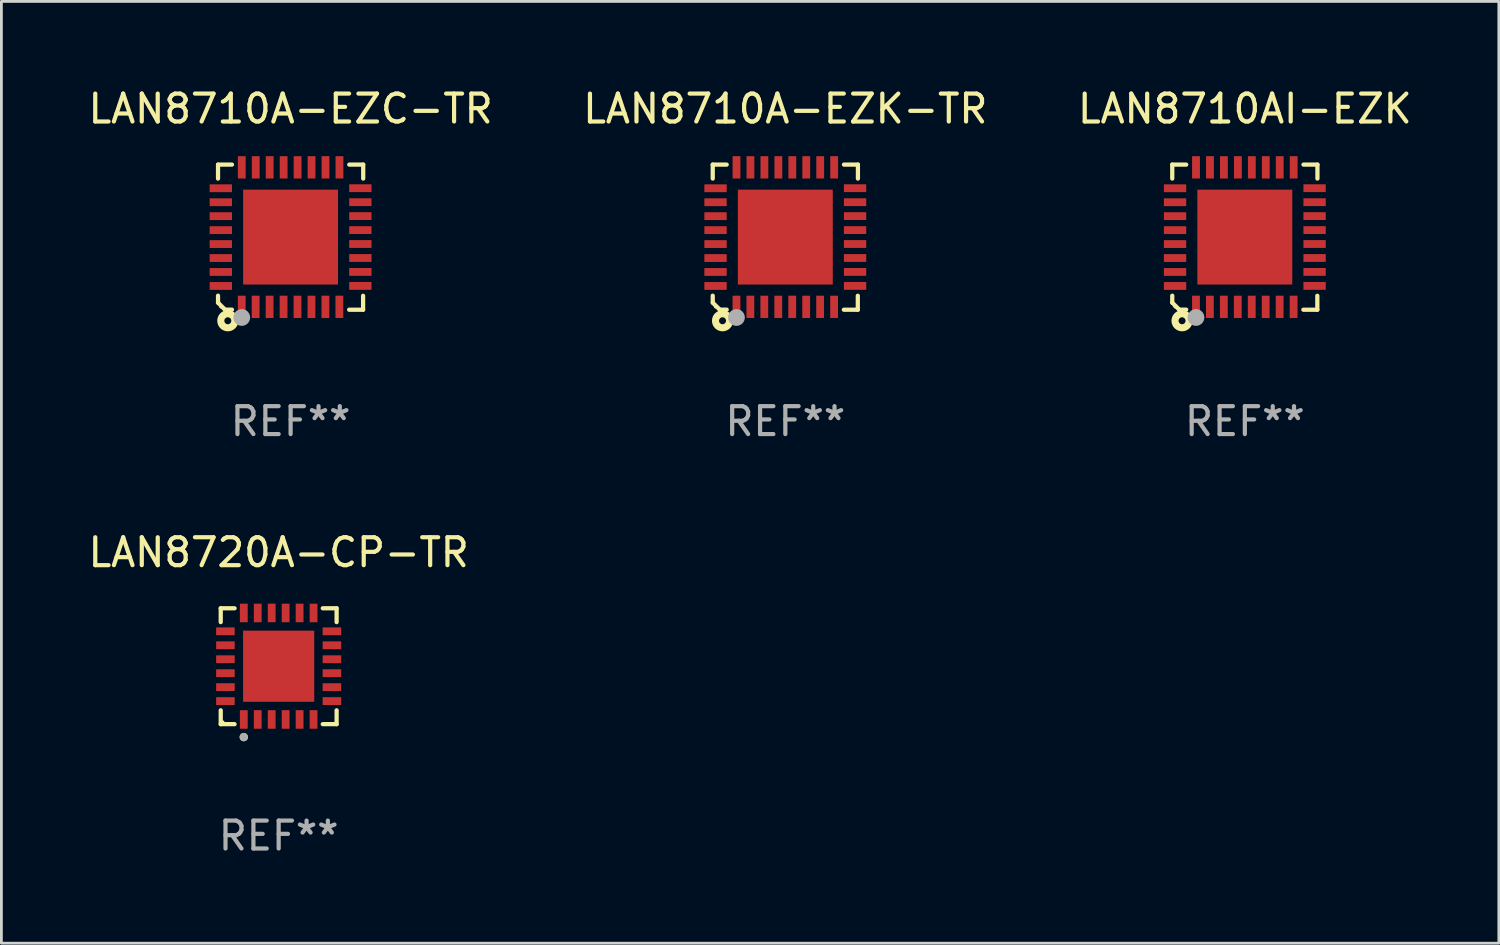
<source format=kicad_pcb>
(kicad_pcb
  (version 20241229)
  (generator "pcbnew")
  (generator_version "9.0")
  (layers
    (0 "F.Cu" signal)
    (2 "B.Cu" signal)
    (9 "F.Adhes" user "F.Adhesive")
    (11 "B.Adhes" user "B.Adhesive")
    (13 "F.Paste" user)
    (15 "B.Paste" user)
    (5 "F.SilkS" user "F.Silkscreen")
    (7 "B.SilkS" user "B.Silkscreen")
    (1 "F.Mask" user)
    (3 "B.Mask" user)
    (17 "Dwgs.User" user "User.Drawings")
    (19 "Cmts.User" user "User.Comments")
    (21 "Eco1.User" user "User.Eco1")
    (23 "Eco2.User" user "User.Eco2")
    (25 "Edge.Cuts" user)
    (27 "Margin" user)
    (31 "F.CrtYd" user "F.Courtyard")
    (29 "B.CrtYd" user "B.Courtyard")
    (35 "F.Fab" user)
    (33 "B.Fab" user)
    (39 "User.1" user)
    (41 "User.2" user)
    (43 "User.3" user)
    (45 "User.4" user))
  (footprint "LAN8710A-EZC-TR"
    (layer "F.Cu")
    (at 7.363 5.448)
    (property "Reference" "LAN8710A-EZC-TR" (at 0 -4.6 0) (layer "F.SilkS") (effects (font (size 1 1) (thickness 0.15))))
    (attr through_hole)
    (fp_line (start -2.601 2.097) (end -2.601 2.347) (stroke (width 0.152) (type solid)) (layer "F.SilkS"))
    (fp_line (start -2.601 2.347) (end -2.351 2.597) (stroke (width 0.152) (type solid)) (layer "F.SilkS"))
    (fp_line (start -2.601 -2.6) (end -2.601 -2.1) (stroke (width 0.152) (type solid)) (layer "F.SilkS"))
    (fp_line (start -2.601 -2.6) (end -2.101 -2.6) (stroke (width 0.152) (type solid)) (layer "F.SilkS"))
    (fp_line (start -2.351 2.597) (end -2.101 2.597) (stroke (width 0.152) (type solid)) (layer "F.SilkS"))
    (fp_line (start 2.597 2.6) (end 2.097 2.6) (stroke (width 0.152) (type solid)) (layer "F.SilkS"))
    (fp_line (start 2.597 2.6) (end 2.597 2.1) (stroke (width 0.152) (type solid)) (layer "F.SilkS"))
    (fp_line (start 2.601 -2.6) (end 2.101 -2.6) (stroke (width 0.152) (type solid)) (layer "F.SilkS"))
    (fp_line (start 2.601 -2.6) (end 2.601 -2.1) (stroke (width 0.152) (type solid)) (layer "F.SilkS"))
    (fp_circle (center -2.501 2.497) (end -2.471 2.497) (stroke (width 0.06) (type solid)) (fill no) (layer "F.SilkS"))
    (fp_circle (center -2.25 2.995) (end -2.125 2.995) (stroke (width 0.254) (type solid)) (fill no) (layer "F.SilkS"))
    (fp_circle (center -1.751 2.878) (end -1.601 2.878) (stroke (width 0.3) (type solid)) (fill no) (layer "F.Fab"))
    (fp_text user "REF**" (at 0 6.6 0) (layer "F.Fab") (effects (font (size 1 1) (thickness 0.15))))
    (pad "1" smd rect (at -1.751 2.497) (size 0.28 0.8) (layers "F.Cu" "F.Mask" "F.Paste"))
    (pad "2" smd rect (at -1.253 2.497) (size 0.28 0.8) (layers "F.Cu" "F.Mask" "F.Paste"))
    (pad "3" smd rect (at -0.753 2.497) (size 0.28 0.8) (layers "F.Cu" "F.Mask" "F.Paste"))
    (pad "4" smd rect (at -0.253 2.497) (size 0.28 0.8) (layers "F.Cu" "F.Mask" "F.Paste"))
    (pad "5" smd rect (at 0.247 2.497) (size 0.28 0.8) (layers "F.Cu" "F.Mask" "F.Paste"))
    (pad "6" smd rect (at 0.747 2.497) (size 0.28 0.8) (layers "F.Cu" "F.Mask" "F.Paste"))
    (pad "7" smd rect (at 1.247 2.497) (size 0.28 0.8) (layers "F.Cu" "F.Mask" "F.Paste"))
    (pad "8" smd rect (at 1.747 2.497) (size 0.28 0.8) (layers "F.Cu" "F.Mask" "F.Paste"))
    (pad "9" smd rect (at 2.499 1.746) (size 0.8 0.28) (layers "F.Cu" "F.Mask" "F.Paste"))
    (pad "10" smd rect (at 2.499 1.245) (size 0.8 0.28) (layers "F.Cu" "F.Mask" "F.Paste"))
    (pad "11" smd rect (at 2.499 0.746) (size 0.8 0.28) (layers "F.Cu" "F.Mask" "F.Paste"))
    (pad "12" smd rect (at 2.499 0.245) (size 0.8 0.28) (layers "F.Cu" "F.Mask" "F.Paste"))
    (pad "13" smd rect (at 2.499 -0.254) (size 0.8 0.28) (layers "F.Cu" "F.Mask" "F.Paste"))
    (pad "14" smd rect (at 2.499 -0.755) (size 0.8 0.28) (layers "F.Cu" "F.Mask" "F.Paste"))
    (pad "15" smd rect (at 2.499 -1.254) (size 0.8 0.28) (layers "F.Cu" "F.Mask" "F.Paste"))
    (pad "16" smd rect (at 2.499 -1.755) (size 0.8 0.28) (layers "F.Cu" "F.Mask" "F.Paste"))
    (pad "17" smd rect (at 1.75 -2.502) (size 0.28 0.8) (layers "F.Cu" "F.Mask" "F.Paste"))
    (pad "18" smd rect (at 1.25 -2.502) (size 0.28 0.8) (layers "F.Cu" "F.Mask" "F.Paste"))
    (pad "19" smd rect (at 0.75 -2.502) (size 0.28 0.8) (layers "F.Cu" "F.Mask" "F.Paste"))
    (pad "20" smd rect (at 0.25 -2.502) (size 0.28 0.8) (layers "F.Cu" "F.Mask" "F.Paste"))
    (pad "21" smd rect (at -0.25 -2.502) (size 0.28 0.8) (layers "F.Cu" "F.Mask" "F.Paste"))
    (pad "22" smd rect (at -0.75 -2.502) (size 0.28 0.8) (layers "F.Cu" "F.Mask" "F.Paste"))
    (pad "23" smd rect (at -1.25 -2.502) (size 0.28 0.8) (layers "F.Cu" "F.Mask" "F.Paste"))
    (pad "24" smd rect (at -1.75 -2.502) (size 0.28 0.8) (layers "F.Cu" "F.Mask" "F.Paste"))
    (pad "25" smd rect (at -2.501 -1.753) (size 0.8 0.28) (layers "F.Cu" "F.Mask" "F.Paste"))
    (pad "26" smd rect (at -2.501 -1.252) (size 0.8 0.28) (layers "F.Cu" "F.Mask" "F.Paste"))
    (pad "27" smd rect (at -2.501 -0.753) (size 0.8 0.28) (layers "F.Cu" "F.Mask" "F.Paste"))
    (pad "28" smd rect (at -2.501 -0.252) (size 0.8 0.28) (layers "F.Cu" "F.Mask" "F.Paste"))
    (pad "29" smd rect (at -2.501 0.247) (size 0.8 0.28) (layers "F.Cu" "F.Mask" "F.Paste"))
    (pad "30" smd rect (at -2.501 0.748) (size 0.8 0.28) (layers "F.Cu" "F.Mask" "F.Paste"))
    (pad "31" smd rect (at -2.501 1.247) (size 0.8 0.28) (layers "F.Cu" "F.Mask" "F.Paste"))
    (pad "32" smd rect (at -2.501 1.748) (size 0.8 0.28) (layers "F.Cu" "F.Mask" "F.Paste"))
    (pad "33" smd rect (at -0.001 -0.003 180) (size 3.4 3.4) (layers "F.Cu" "F.Mask" "F.Paste")))
  (footprint "LAN8720A-CP-TR"
    (layer "F.Cu")
    (at 6.935 20.821)
    (property "Reference" "LAN8720A-CP-TR" (at 0 -4.076 0) (layer "F.SilkS") (effects (font (size 1 1) (thickness 0.15))))
    (attr through_hole)
    (fp_line (start -2.076 -2.076) (end -1.58 -2.076) (stroke (width 0.152) (type solid)) (layer "F.SilkS"))
    (fp_line (start -2.076 -1.58) (end -2.076 -2.076) (stroke (width 0.152) (type solid)) (layer "F.SilkS"))
    (fp_line (start -2.076 1.58) (end -2.076 2.076) (stroke (width 0.152) (type solid)) (layer "F.SilkS"))
    (fp_line (start -2.076 2.076) (end -1.58 2.076) (stroke (width 0.152) (type solid)) (layer "F.SilkS"))
    (fp_line (start 2.076 -2.076) (end 1.58 -2.076) (stroke (width 0.152) (type solid)) (layer "F.SilkS"))
    (fp_line (start 2.076 -1.58) (end 2.076 -2.076) (stroke (width 0.152) (type solid)) (layer "F.SilkS"))
    (fp_line (start 2.076 1.58) (end 2.076 2.076) (stroke (width 0.152) (type solid)) (layer "F.SilkS"))
    (fp_line (start 2.076 2.076) (end 1.58 2.076) (stroke (width 0.152) (type solid)) (layer "F.SilkS"))
    (fp_circle (center -2 2) (end -1.97 2) (stroke (width 0.06) (type solid)) (fill no) (layer "F.SilkS"))
    (fp_circle (center -1.25 2.54) (end -1.175 2.54) (stroke (width 0.15) (type solid)) (fill no) (layer "F.SilkS"))
    (fp_circle (center -1.25 2.54) (end -1.175 2.54) (stroke (width 0.15) (type solid)) (fill no) (layer "F.Fab"))
    (fp_text user "REF**" (at 0 6.076 0) (layer "F.Fab") (effects (font (size 1 1) (thickness 0.15))))
    (pad "1" smd rect (at -1.25 1.908) (size 0.28 0.665) (layers "F.Cu" "F.Mask" "F.Paste"))
    (pad "2" smd rect (at -0.75 1.908) (size 0.28 0.665) (layers "F.Cu" "F.Mask" "F.Paste"))
    (pad "3" smd rect (at -0.25 1.908) (size 0.28 0.665) (layers "F.Cu" "F.Mask" "F.Paste"))
    (pad "4" smd rect (at 0.25 1.908) (size 0.28 0.665) (layers "F.Cu" "F.Mask" "F.Paste"))
    (pad "5" smd rect (at 0.75 1.908) (size 0.28 0.665) (layers "F.Cu" "F.Mask" "F.Paste"))
    (pad "6" smd rect (at 1.25 1.908) (size 0.28 0.665) (layers "F.Cu" "F.Mask" "F.Paste"))
    (pad "7" smd rect (at 1.908 1.25) (size 0.665 0.28) (layers "F.Cu" "F.Mask" "F.Paste"))
    (pad "8" smd rect (at 1.908 0.75) (size 0.665 0.28) (layers "F.Cu" "F.Mask" "F.Paste"))
    (pad "9" smd rect (at 1.908 0.25) (size 0.665 0.28) (layers "F.Cu" "F.Mask" "F.Paste"))
    (pad "10" smd rect (at 1.908 -0.25) (size 0.665 0.28) (layers "F.Cu" "F.Mask" "F.Paste"))
    (pad "11" smd rect (at 1.908 -0.75) (size 0.665 0.28) (layers "F.Cu" "F.Mask" "F.Paste"))
    (pad "12" smd rect (at 1.908 -1.25) (size 0.665 0.28) (layers "F.Cu" "F.Mask" "F.Paste"))
    (pad "13" smd rect (at 1.25 -1.908) (size 0.28 0.665) (layers "F.Cu" "F.Mask" "F.Paste"))
    (pad "14" smd rect (at 0.75 -1.908) (size 0.28 0.665) (layers "F.Cu" "F.Mask" "F.Paste"))
    (pad "15" smd rect (at 0.25 -1.908) (size 0.28 0.665) (layers "F.Cu" "F.Mask" "F.Paste"))
    (pad "16" smd rect (at -0.25 -1.908) (size 0.28 0.665) (layers "F.Cu" "F.Mask" "F.Paste"))
    (pad "17" smd rect (at -0.75 -1.908) (size 0.28 0.665) (layers "F.Cu" "F.Mask" "F.Paste"))
    (pad "18" smd rect (at -1.25 -1.908) (size 0.28 0.665) (layers "F.Cu" "F.Mask" "F.Paste"))
    (pad "19" smd rect (at -1.908 -1.25) (size 0.665 0.28) (layers "F.Cu" "F.Mask" "F.Paste"))
    (pad "20" smd rect (at -1.908 -0.75) (size 0.665 0.28) (layers "F.Cu" "F.Mask" "F.Paste"))
    (pad "21" smd rect (at -1.908 -0.25) (size 0.665 0.28) (layers "F.Cu" "F.Mask" "F.Paste"))
    (pad "22" smd rect (at -1.908 0.25) (size 0.665 0.28) (layers "F.Cu" "F.Mask" "F.Paste"))
    (pad "23" smd rect (at -1.908 0.75) (size 0.665 0.28) (layers "F.Cu" "F.Mask" "F.Paste"))
    (pad "24" smd rect (at -1.908 1.25) (size 0.665 0.28) (layers "F.Cu" "F.Mask" "F.Paste"))
    (pad "25" smd rect (at 0 0) (size 2.55 2.55) (layers "F.Cu" "F.Mask" "F.Paste")))
  (footprint "LAN8710AI-EZK"
    (layer "F.Cu")
    (at 41.554 5.448)
    (property "Reference" "LAN8710AI-EZK" (at 0 -4.6 0) (layer "F.SilkS") (effects (font (size 1 1) (thickness 0.15))))
    (attr through_hole)
    (fp_line (start -2.601 2.097) (end -2.601 2.347) (stroke (width 0.152) (type solid)) (layer "F.SilkS"))
    (fp_line (start -2.601 2.347) (end -2.351 2.597) (stroke (width 0.152) (type solid)) (layer "F.SilkS"))
    (fp_line (start -2.601 -2.6) (end -2.601 -2.1) (stroke (width 0.152) (type solid)) (layer "F.SilkS"))
    (fp_line (start -2.601 -2.6) (end -2.101 -2.6) (stroke (width 0.152) (type solid)) (layer "F.SilkS"))
    (fp_line (start -2.351 2.597) (end -2.101 2.597) (stroke (width 0.152) (type solid)) (layer "F.SilkS"))
    (fp_line (start 2.597 2.6) (end 2.097 2.6) (stroke (width 0.152) (type solid)) (layer "F.SilkS"))
    (fp_line (start 2.597 2.6) (end 2.597 2.1) (stroke (width 0.152) (type solid)) (layer "F.SilkS"))
    (fp_line (start 2.601 -2.6) (end 2.101 -2.6) (stroke (width 0.152) (type solid)) (layer "F.SilkS"))
    (fp_line (start 2.601 -2.6) (end 2.601 -2.1) (stroke (width 0.152) (type solid)) (layer "F.SilkS"))
    (fp_circle (center -2.501 2.497) (end -2.471 2.497) (stroke (width 0.06) (type solid)) (fill no) (layer "F.SilkS"))
    (fp_circle (center -2.25 2.995) (end -2.125 2.995) (stroke (width 0.254) (type solid)) (fill no) (layer "F.SilkS"))
    (fp_circle (center -1.751 2.878) (end -1.601 2.878) (stroke (width 0.3) (type solid)) (fill no) (layer "F.Fab"))
    (fp_text user "REF**" (at 0 6.6 0) (layer "F.Fab") (effects (font (size 1 1) (thickness 0.15))))
    (pad "1" smd rect (at -1.751 2.497) (size 0.28 0.8) (layers "F.Cu" "F.Mask" "F.Paste"))
    (pad "2" smd rect (at -1.253 2.497) (size 0.28 0.8) (layers "F.Cu" "F.Mask" "F.Paste"))
    (pad "3" smd rect (at -0.753 2.497) (size 0.28 0.8) (layers "F.Cu" "F.Mask" "F.Paste"))
    (pad "4" smd rect (at -0.253 2.497) (size 0.28 0.8) (layers "F.Cu" "F.Mask" "F.Paste"))
    (pad "5" smd rect (at 0.247 2.497) (size 0.28 0.8) (layers "F.Cu" "F.Mask" "F.Paste"))
    (pad "6" smd rect (at 0.747 2.497) (size 0.28 0.8) (layers "F.Cu" "F.Mask" "F.Paste"))
    (pad "7" smd rect (at 1.247 2.497) (size 0.28 0.8) (layers "F.Cu" "F.Mask" "F.Paste"))
    (pad "8" smd rect (at 1.747 2.497) (size 0.28 0.8) (layers "F.Cu" "F.Mask" "F.Paste"))
    (pad "9" smd rect (at 2.499 1.746) (size 0.8 0.28) (layers "F.Cu" "F.Mask" "F.Paste"))
    (pad "10" smd rect (at 2.499 1.245) (size 0.8 0.28) (layers "F.Cu" "F.Mask" "F.Paste"))
    (pad "11" smd rect (at 2.499 0.746) (size 0.8 0.28) (layers "F.Cu" "F.Mask" "F.Paste"))
    (pad "12" smd rect (at 2.499 0.245) (size 0.8 0.28) (layers "F.Cu" "F.Mask" "F.Paste"))
    (pad "13" smd rect (at 2.499 -0.254) (size 0.8 0.28) (layers "F.Cu" "F.Mask" "F.Paste"))
    (pad "14" smd rect (at 2.499 -0.755) (size 0.8 0.28) (layers "F.Cu" "F.Mask" "F.Paste"))
    (pad "15" smd rect (at 2.499 -1.254) (size 0.8 0.28) (layers "F.Cu" "F.Mask" "F.Paste"))
    (pad "16" smd rect (at 2.499 -1.755) (size 0.8 0.28) (layers "F.Cu" "F.Mask" "F.Paste"))
    (pad "17" smd rect (at 1.75 -2.502) (size 0.28 0.8) (layers "F.Cu" "F.Mask" "F.Paste"))
    (pad "18" smd rect (at 1.25 -2.502) (size 0.28 0.8) (layers "F.Cu" "F.Mask" "F.Paste"))
    (pad "19" smd rect (at 0.75 -2.502) (size 0.28 0.8) (layers "F.Cu" "F.Mask" "F.Paste"))
    (pad "20" smd rect (at 0.25 -2.502) (size 0.28 0.8) (layers "F.Cu" "F.Mask" "F.Paste"))
    (pad "21" smd rect (at -0.25 -2.502) (size 0.28 0.8) (layers "F.Cu" "F.Mask" "F.Paste"))
    (pad "22" smd rect (at -0.75 -2.502) (size 0.28 0.8) (layers "F.Cu" "F.Mask" "F.Paste"))
    (pad "23" smd rect (at -1.25 -2.502) (size 0.28 0.8) (layers "F.Cu" "F.Mask" "F.Paste"))
    (pad "24" smd rect (at -1.75 -2.502) (size 0.28 0.8) (layers "F.Cu" "F.Mask" "F.Paste"))
    (pad "25" smd rect (at -2.501 -1.753) (size 0.8 0.28) (layers "F.Cu" "F.Mask" "F.Paste"))
    (pad "26" smd rect (at -2.501 -1.252) (size 0.8 0.28) (layers "F.Cu" "F.Mask" "F.Paste"))
    (pad "27" smd rect (at -2.501 -0.753) (size 0.8 0.28) (layers "F.Cu" "F.Mask" "F.Paste"))
    (pad "28" smd rect (at -2.501 -0.252) (size 0.8 0.28) (layers "F.Cu" "F.Mask" "F.Paste"))
    (pad "29" smd rect (at -2.501 0.247) (size 0.8 0.28) (layers "F.Cu" "F.Mask" "F.Paste"))
    (pad "30" smd rect (at -2.501 0.748) (size 0.8 0.28) (layers "F.Cu" "F.Mask" "F.Paste"))
    (pad "31" smd rect (at -2.501 1.247) (size 0.8 0.28) (layers "F.Cu" "F.Mask" "F.Paste"))
    (pad "32" smd rect (at -2.501 1.748) (size 0.8 0.28) (layers "F.Cu" "F.Mask" "F.Paste"))
    (pad "33" smd rect (at -0.001 -0.003 180) (size 3.4 3.4) (layers "F.Cu" "F.Mask" "F.Paste")))
  (footprint "LAN8710A-EZK-TR"
    (layer "F.Cu")
    (at 25.089 5.448)
    (property "Reference" "LAN8710A-EZK-TR" (at 0 -4.6 0) (layer "F.SilkS") (effects (font (size 1 1) (thickness 0.15))))
    (attr through_hole)
    (fp_line (start -2.601 2.097) (end -2.601 2.347) (stroke (width 0.152) (type solid)) (layer "F.SilkS"))
    (fp_line (start -2.601 2.347) (end -2.351 2.597) (stroke (width 0.152) (type solid)) (layer "F.SilkS"))
    (fp_line (start -2.601 -2.6) (end -2.601 -2.1) (stroke (width 0.152) (type solid)) (layer "F.SilkS"))
    (fp_line (start -2.601 -2.6) (end -2.101 -2.6) (stroke (width 0.152) (type solid)) (layer "F.SilkS"))
    (fp_line (start -2.351 2.597) (end -2.101 2.597) (stroke (width 0.152) (type solid)) (layer "F.SilkS"))
    (fp_line (start 2.597 2.6) (end 2.097 2.6) (stroke (width 0.152) (type solid)) (layer "F.SilkS"))
    (fp_line (start 2.597 2.6) (end 2.597 2.1) (stroke (width 0.152) (type solid)) (layer "F.SilkS"))
    (fp_line (start 2.601 -2.6) (end 2.101 -2.6) (stroke (width 0.152) (type solid)) (layer "F.SilkS"))
    (fp_line (start 2.601 -2.6) (end 2.601 -2.1) (stroke (width 0.152) (type solid)) (layer "F.SilkS"))
    (fp_circle (center -2.501 2.497) (end -2.471 2.497) (stroke (width 0.06) (type solid)) (fill no) (layer "F.SilkS"))
    (fp_circle (center -2.25 2.995) (end -2.125 2.995) (stroke (width 0.254) (type solid)) (fill no) (layer "F.SilkS"))
    (fp_circle (center -1.751 2.878) (end -1.601 2.878) (stroke (width 0.3) (type solid)) (fill no) (layer "F.Fab"))
    (fp_text user "REF**" (at 0 6.6 0) (layer "F.Fab") (effects (font (size 1 1) (thickness 0.15))))
    (pad "1" smd rect (at -1.751 2.497) (size 0.28 0.8) (layers "F.Cu" "F.Mask" "F.Paste"))
    (pad "2" smd rect (at -1.253 2.497) (size 0.28 0.8) (layers "F.Cu" "F.Mask" "F.Paste"))
    (pad "3" smd rect (at -0.753 2.497) (size 0.28 0.8) (layers "F.Cu" "F.Mask" "F.Paste"))
    (pad "4" smd rect (at -0.253 2.497) (size 0.28 0.8) (layers "F.Cu" "F.Mask" "F.Paste"))
    (pad "5" smd rect (at 0.247 2.497) (size 0.28 0.8) (layers "F.Cu" "F.Mask" "F.Paste"))
    (pad "6" smd rect (at 0.747 2.497) (size 0.28 0.8) (layers "F.Cu" "F.Mask" "F.Paste"))
    (pad "7" smd rect (at 1.247 2.497) (size 0.28 0.8) (layers "F.Cu" "F.Mask" "F.Paste"))
    (pad "8" smd rect (at 1.747 2.497) (size 0.28 0.8) (layers "F.Cu" "F.Mask" "F.Paste"))
    (pad "9" smd rect (at 2.499 1.746) (size 0.8 0.28) (layers "F.Cu" "F.Mask" "F.Paste"))
    (pad "10" smd rect (at 2.499 1.245) (size 0.8 0.28) (layers "F.Cu" "F.Mask" "F.Paste"))
    (pad "11" smd rect (at 2.499 0.746) (size 0.8 0.28) (layers "F.Cu" "F.Mask" "F.Paste"))
    (pad "12" smd rect (at 2.499 0.245) (size 0.8 0.28) (layers "F.Cu" "F.Mask" "F.Paste"))
    (pad "13" smd rect (at 2.499 -0.254) (size 0.8 0.28) (layers "F.Cu" "F.Mask" "F.Paste"))
    (pad "14" smd rect (at 2.499 -0.755) (size 0.8 0.28) (layers "F.Cu" "F.Mask" "F.Paste"))
    (pad "15" smd rect (at 2.499 -1.254) (size 0.8 0.28) (layers "F.Cu" "F.Mask" "F.Paste"))
    (pad "16" smd rect (at 2.499 -1.755) (size 0.8 0.28) (layers "F.Cu" "F.Mask" "F.Paste"))
    (pad "17" smd rect (at 1.75 -2.502) (size 0.28 0.8) (layers "F.Cu" "F.Mask" "F.Paste"))
    (pad "18" smd rect (at 1.25 -2.502) (size 0.28 0.8) (layers "F.Cu" "F.Mask" "F.Paste"))
    (pad "19" smd rect (at 0.75 -2.502) (size 0.28 0.8) (layers "F.Cu" "F.Mask" "F.Paste"))
    (pad "20" smd rect (at 0.25 -2.502) (size 0.28 0.8) (layers "F.Cu" "F.Mask" "F.Paste"))
    (pad "21" smd rect (at -0.25 -2.502) (size 0.28 0.8) (layers "F.Cu" "F.Mask" "F.Paste"))
    (pad "22" smd rect (at -0.75 -2.502) (size 0.28 0.8) (layers "F.Cu" "F.Mask" "F.Paste"))
    (pad "23" smd rect (at -1.25 -2.502) (size 0.28 0.8) (layers "F.Cu" "F.Mask" "F.Paste"))
    (pad "24" smd rect (at -1.75 -2.502) (size 0.28 0.8) (layers "F.Cu" "F.Mask" "F.Paste"))
    (pad "25" smd rect (at -2.501 -1.753) (size 0.8 0.28) (layers "F.Cu" "F.Mask" "F.Paste"))
    (pad "26" smd rect (at -2.501 -1.252) (size 0.8 0.28) (layers "F.Cu" "F.Mask" "F.Paste"))
    (pad "27" smd rect (at -2.501 -0.753) (size 0.8 0.28) (layers "F.Cu" "F.Mask" "F.Paste"))
    (pad "28" smd rect (at -2.501 -0.252) (size 0.8 0.28) (layers "F.Cu" "F.Mask" "F.Paste"))
    (pad "29" smd rect (at -2.501 0.247) (size 0.8 0.28) (layers "F.Cu" "F.Mask" "F.Paste"))
    (pad "30" smd rect (at -2.501 0.748) (size 0.8 0.28) (layers "F.Cu" "F.Mask" "F.Paste"))
    (pad "31" smd rect (at -2.501 1.247) (size 0.8 0.28) (layers "F.Cu" "F.Mask" "F.Paste"))
    (pad "32" smd rect (at -2.501 1.748) (size 0.8 0.28) (layers "F.Cu" "F.Mask" "F.Paste"))
    (pad "33" smd rect (at -0.001 -0.003 180) (size 3.4 3.4) (layers "F.Cu" "F.Mask" "F.Paste")))
  (gr_rect
    (start -3 -3)
    (end 50.655 30.745)
    (stroke (width 0.1) (type default))
    (fill no)
    (layer "Edge.Cuts")))
</source>
